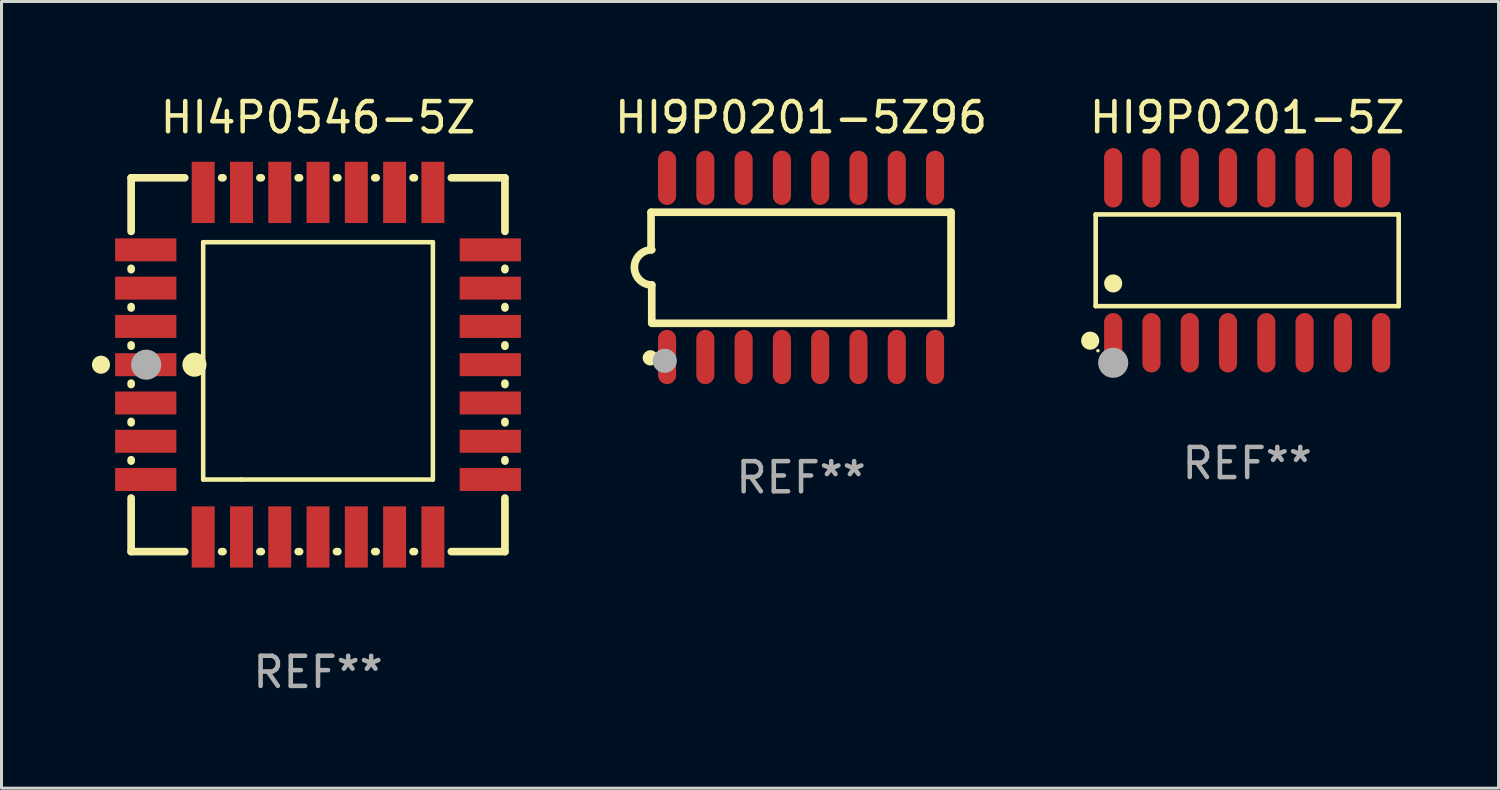
<source format=kicad_pcb>
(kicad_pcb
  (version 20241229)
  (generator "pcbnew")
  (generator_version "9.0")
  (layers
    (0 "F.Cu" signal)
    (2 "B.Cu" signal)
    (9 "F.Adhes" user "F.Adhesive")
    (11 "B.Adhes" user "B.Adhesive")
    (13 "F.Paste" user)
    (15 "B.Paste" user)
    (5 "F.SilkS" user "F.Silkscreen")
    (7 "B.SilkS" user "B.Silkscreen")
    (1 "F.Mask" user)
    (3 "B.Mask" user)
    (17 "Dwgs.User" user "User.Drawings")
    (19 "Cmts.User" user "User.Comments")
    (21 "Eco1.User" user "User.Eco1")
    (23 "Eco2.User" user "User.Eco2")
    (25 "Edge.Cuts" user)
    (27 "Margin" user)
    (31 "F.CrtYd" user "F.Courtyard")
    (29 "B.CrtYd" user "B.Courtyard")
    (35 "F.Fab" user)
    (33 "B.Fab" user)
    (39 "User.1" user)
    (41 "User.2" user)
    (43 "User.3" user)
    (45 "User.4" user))
  (footprint "HI9P0201-5Z"
    (layer "F.Cu")
    (at 38.322 5.584)
    (property "Reference" "HI9P0201-5Z" (at 0 -4.736 0) (layer "F.SilkS") (effects (font (size 1 1) (thickness 0.15))))
    (attr through_hole)
    (fp_line (start -5.026 -1.521) (end 5.026 -1.521) (stroke (width 0.152) (type solid)) (layer "F.SilkS"))
    (fp_line (start -5.026 1.521) (end -5.026 -1.521) (stroke (width 0.152) (type solid)) (layer "F.SilkS"))
    (fp_line (start 5.026 -1.521) (end 5.026 1.521) (stroke (width 0.152) (type solid)) (layer "F.SilkS"))
    (fp_line (start 5.026 1.521) (end -5.026 1.521) (stroke (width 0.152) (type solid)) (layer "F.SilkS"))
    (fp_circle (center -5.207 2.667) (end -5.057 2.667) (stroke (width 0.3) (type solid)) (fill no) (layer "F.SilkS"))
    (fp_circle (center -4.95 3) (end -4.92 3) (stroke (width 0.06) (type solid)) (fill no) (layer "F.SilkS"))
    (fp_circle (center -4.445 0.769) (end -4.295 0.769) (stroke (width 0.3) (type solid)) (fill no) (layer "F.SilkS"))
    (fp_circle (center -4.445 3.4) (end -4.195 3.4) (stroke (width 0.5) (type solid)) (fill no) (layer "F.Fab"))
    (fp_text user "REF**" (at 0 6.736 0) (layer "F.Fab") (effects (font (size 1 1) (thickness 0.15))))
    (pad "1" smd oval (at -4.445 2.736) (size 0.602 1.971) (layers "F.Cu" "F.Mask" "F.Paste"))
    (pad "2" smd oval (at -3.175 2.736) (size 0.602 1.971) (layers "F.Cu" "F.Mask" "F.Paste"))
    (pad "3" smd oval (at -1.905 2.736) (size 0.602 1.971) (layers "F.Cu" "F.Mask" "F.Paste"))
    (pad "4" smd oval (at -0.635 2.736) (size 0.602 1.971) (layers "F.Cu" "F.Mask" "F.Paste"))
    (pad "5" smd oval (at 0.635 2.736) (size 0.602 1.971) (layers "F.Cu" "F.Mask" "F.Paste"))
    (pad "6" smd oval (at 1.905 2.736) (size 0.602 1.971) (layers "F.Cu" "F.Mask" "F.Paste"))
    (pad "7" smd oval (at 3.175 2.736) (size 0.602 1.971) (layers "F.Cu" "F.Mask" "F.Paste"))
    (pad "8" smd oval (at 4.445 2.736) (size 0.602 1.971) (layers "F.Cu" "F.Mask" "F.Paste"))
    (pad "9" smd oval (at 4.445 -2.736) (size 0.602 1.971) (layers "F.Cu" "F.Mask" "F.Paste"))
    (pad "10" smd oval (at 3.175 -2.736) (size 0.602 1.971) (layers "F.Cu" "F.Mask" "F.Paste"))
    (pad "11" smd oval (at 1.905 -2.736) (size 0.602 1.971) (layers "F.Cu" "F.Mask" "F.Paste"))
    (pad "12" smd oval (at 0.635 -2.736) (size 0.602 1.971) (layers "F.Cu" "F.Mask" "F.Paste"))
    (pad "13" smd oval (at -0.635 -2.736) (size 0.602 1.971) (layers "F.Cu" "F.Mask" "F.Paste"))
    (pad "14" smd oval (at -1.905 -2.736) (size 0.602 1.971) (layers "F.Cu" "F.Mask" "F.Paste"))
    (pad "15" smd oval (at -3.175 -2.736) (size 0.602 1.971) (layers "F.Cu" "F.Mask" "F.Paste"))
    (pad "16" smd oval (at -4.445 -2.736) (size 0.602 1.971) (layers "F.Cu" "F.Mask" "F.Paste")))
  (footprint "HI4P0546-5Z"
    (layer "F.Cu")
    (at 7.5 9.048)
    (property "Reference" "HI4P0546-5Z" (at 0 -8.2 0) (layer "F.SilkS") (effects (font (size 1 1) (thickness 0.15))))
    (attr through_hole)
    (fp_line (start -6.2 -6.2) (end -4.422 -6.2) (stroke (width 0.254) (type solid)) (layer "F.SilkS"))
    (fp_line (start -6.2 -4.422) (end -6.2 -6.2) (stroke (width 0.254) (type solid)) (layer "F.SilkS"))
    (fp_line (start -6.2 -3.152) (end -6.2 -3.198) (stroke (width 0.254) (type solid)) (layer "F.SilkS"))
    (fp_line (start -6.2 -1.882) (end -6.2 -1.928) (stroke (width 0.254) (type solid)) (layer "F.SilkS"))
    (fp_line (start -6.2 -0.612) (end -6.2 -0.658) (stroke (width 0.254) (type solid)) (layer "F.SilkS"))
    (fp_line (start -6.2 0.658) (end -6.2 0.612) (stroke (width 0.254) (type solid)) (layer "F.SilkS"))
    (fp_line (start -6.2 1.928) (end -6.2 1.882) (stroke (width 0.254) (type solid)) (layer "F.SilkS"))
    (fp_line (start -6.2 3.198) (end -6.2 3.152) (stroke (width 0.254) (type solid)) (layer "F.SilkS"))
    (fp_line (start -6.2 6.2) (end -6.2 4.422) (stroke (width 0.254) (type solid)) (layer "F.SilkS"))
    (fp_line (start -4.422 6.2) (end -6.2 6.2) (stroke (width 0.254) (type solid)) (layer "F.SilkS"))
    (fp_line (start -3.81 -4.064) (end 3.81 -4.064) (stroke (width 0.15) (type solid)) (layer "F.SilkS"))
    (fp_line (start -3.81 3.81) (end -3.81 -4.064) (stroke (width 0.15) (type solid)) (layer "F.SilkS"))
    (fp_line (start -3.198 -6.2) (end -3.152 -6.2) (stroke (width 0.254) (type solid)) (layer "F.SilkS"))
    (fp_line (start -3.152 6.2) (end -3.198 6.2) (stroke (width 0.254) (type solid)) (layer "F.SilkS"))
    (fp_line (start -2.54 3.81) (end -3.81 3.81) (stroke (width 0.15) (type solid)) (layer "F.SilkS"))
    (fp_line (start -1.928 -6.2) (end -1.882 -6.2) (stroke (width 0.254) (type solid)) (layer "F.SilkS"))
    (fp_line (start -1.882 6.2) (end -1.928 6.2) (stroke (width 0.254) (type solid)) (layer "F.SilkS"))
    (fp_line (start -0.658 -6.2) (end -0.612 -6.2) (stroke (width 0.254) (type solid)) (layer "F.SilkS"))
    (fp_line (start -0.612 6.2) (end -0.658 6.2) (stroke (width 0.254) (type solid)) (layer "F.SilkS"))
    (fp_line (start 0.612 -6.2) (end 0.658 -6.2) (stroke (width 0.254) (type solid)) (layer "F.SilkS"))
    (fp_line (start 0.658 6.2) (end 0.612 6.2) (stroke (width 0.254) (type solid)) (layer "F.SilkS"))
    (fp_line (start 1.882 -6.2) (end 1.928 -6.2) (stroke (width 0.254) (type solid)) (layer "F.SilkS"))
    (fp_line (start 1.928 6.2) (end 1.882 6.2) (stroke (width 0.254) (type solid)) (layer "F.SilkS"))
    (fp_line (start 3.152 -6.2) (end 3.198 -6.2) (stroke (width 0.254) (type solid)) (layer "F.SilkS"))
    (fp_line (start 3.198 6.2) (end 3.152 6.2) (stroke (width 0.254) (type solid)) (layer "F.SilkS"))
    (fp_line (start 3.81 -4.064) (end 3.81 3.81) (stroke (width 0.15) (type solid)) (layer "F.SilkS"))
    (fp_line (start 3.81 3.81) (end -2.54 3.81) (stroke (width 0.15) (type solid)) (layer "F.SilkS"))
    (fp_line (start 4.422 -6.2) (end 6.2 -6.2) (stroke (width 0.254) (type solid)) (layer "F.SilkS"))
    (fp_line (start 6.2 -6.2) (end 6.2 -4.422) (stroke (width 0.254) (type solid)) (layer "F.SilkS"))
    (fp_line (start 6.2 -3.198) (end 6.2 -3.152) (stroke (width 0.254) (type solid)) (layer "F.SilkS"))
    (fp_line (start 6.2 -1.928) (end 6.2 -1.882) (stroke (width 0.254) (type solid)) (layer "F.SilkS"))
    (fp_line (start 6.2 -0.658) (end 6.2 -0.612) (stroke (width 0.254) (type solid)) (layer "F.SilkS"))
    (fp_line (start 6.2 0.612) (end 6.2 0.658) (stroke (width 0.254) (type solid)) (layer "F.SilkS"))
    (fp_line (start 6.2 1.882) (end 6.2 1.928) (stroke (width 0.254) (type solid)) (layer "F.SilkS"))
    (fp_line (start 6.2 3.152) (end 6.2 3.198) (stroke (width 0.254) (type solid)) (layer "F.SilkS"))
    (fp_line (start 6.2 4.422) (end 6.2 6.2) (stroke (width 0.254) (type solid)) (layer "F.SilkS"))
    (fp_line (start 6.2 6.2) (end 4.422 6.2) (stroke (width 0.254) (type solid)) (layer "F.SilkS"))
    (fp_circle (center -7.2 0) (end -7.05 0) (stroke (width 0.3) (type solid)) (fill no) (layer "F.SilkS"))
    (fp_circle (center -6.223 6.223) (end -6.193 6.223) (stroke (width 0.06) (type solid)) (fill no) (layer "F.SilkS"))
    (fp_circle (center -4.1 0) (end -3.9 0) (stroke (width 0.4) (type solid)) (fill no) (layer "F.SilkS"))
    (fp_circle (center -5.7 0) (end -5.45 0) (stroke (width 0.5) (type solid)) (fill no) (layer "F.Fab"))
    (fp_text user "REF**" (at 0 10.2 0) (layer "F.Fab") (effects (font (size 1 1) (thickness 0.15))))
    (pad "1" smd rect (at -5.715 0) (size 2.032 0.762) (layers "F.Cu" "F.Mask" "F.Paste"))
    (pad "2" smd rect (at -5.715 1.27) (size 2.032 0.762) (layers "F.Cu" "F.Mask" "F.Paste"))
    (pad "3" smd rect (at -5.715 2.54) (size 2.032 0.762) (layers "F.Cu" "F.Mask" "F.Paste"))
    (pad "4" smd rect (at -5.715 3.81) (size 2.032 0.762) (layers "F.Cu" "F.Mask" "F.Paste"))
    (pad "5" smd rect (at -3.81 5.715) (size 0.762 2.032) (layers "F.Cu" "F.Mask" "F.Paste"))
    (pad "6" smd rect (at -2.54 5.715) (size 0.762 2.032) (layers "F.Cu" "F.Mask" "F.Paste"))
    (pad "7" smd rect (at -1.27 5.715) (size 0.762 2.032) (layers "F.Cu" "F.Mask" "F.Paste"))
    (pad "8" smd rect (at 0 5.715) (size 0.762 2.032) (layers "F.Cu" "F.Mask" "F.Paste"))
    (pad "9" smd rect (at 1.27 5.715) (size 0.762 2.032) (layers "F.Cu" "F.Mask" "F.Paste"))
    (pad "10" smd rect (at 2.54 5.715) (size 0.762 2.032) (layers "F.Cu" "F.Mask" "F.Paste"))
    (pad "11" smd rect (at 3.81 5.715) (size 0.762 2.032) (layers "F.Cu" "F.Mask" "F.Paste"))
    (pad "12" smd rect (at 5.715 3.81) (size 2.032 0.762) (layers "F.Cu" "F.Mask" "F.Paste"))
    (pad "13" smd rect (at 5.715 2.54) (size 2.032 0.762) (layers "F.Cu" "F.Mask" "F.Paste"))
    (pad "14" smd rect (at 5.715 1.27) (size 2.032 0.762) (layers "F.Cu" "F.Mask" "F.Paste"))
    (pad "15" smd rect (at 5.715 0) (size 2.032 0.762) (layers "F.Cu" "F.Mask" "F.Paste"))
    (pad "16" smd rect (at 5.715 -1.27) (size 2.032 0.762) (layers "F.Cu" "F.Mask" "F.Paste"))
    (pad "17" smd rect (at 5.715 -2.54) (size 2.032 0.762) (layers "F.Cu" "F.Mask" "F.Paste"))
    (pad "18" smd rect (at 5.715 -3.81) (size 2.032 0.762) (layers "F.Cu" "F.Mask" "F.Paste"))
    (pad "19" smd rect (at 3.81 -5.715) (size 0.762 2.032) (layers "F.Cu" "F.Mask" "F.Paste"))
    (pad "20" smd rect (at 2.54 -5.715) (size 0.762 2.032) (layers "F.Cu" "F.Mask" "F.Paste"))
    (pad "21" smd rect (at 1.27 -5.715) (size 0.762 2.032) (layers "F.Cu" "F.Mask" "F.Paste"))
    (pad "22" smd rect (at 0 -5.715) (size 0.762 2.032) (layers "F.Cu" "F.Mask" "F.Paste"))
    (pad "23" smd rect (at -1.27 -5.715) (size 0.762 2.032) (layers "F.Cu" "F.Mask" "F.Paste"))
    (pad "24" smd rect (at -2.54 -5.715) (size 0.762 2.032) (layers "F.Cu" "F.Mask" "F.Paste"))
    (pad "25" smd rect (at -3.81 -5.715) (size 0.762 2.032) (layers "F.Cu" "F.Mask" "F.Paste"))
    (pad "26" smd rect (at -5.715 -3.81) (size 2.032 0.762) (layers "F.Cu" "F.Mask" "F.Paste"))
    (pad "27" smd rect (at -5.715 -2.54) (size 2.032 0.762) (layers "F.Cu" "F.Mask" "F.Paste"))
    (pad "28" smd rect (at -5.715 -1.27) (size 2.032 0.762) (layers "F.Cu" "F.Mask" "F.Paste")))
  (footprint "HI9P0201-5Z96"
    (layer "F.Cu")
    (at 23.523 5.82)
    (property "Reference" "HI9P0201-5Z96" (at 0 -4.972 0) (layer "F.SilkS") (effects (font (size 1 1) (thickness 0.15))))
    (attr through_hole)
    (fp_line (start -4.976 -1.829) (end -4.976 -0.584) (stroke (width 0.254) (type solid)) (layer "F.SilkS"))
    (fp_line (start -4.953 0.584) (end -4.953 1.854) (stroke (width 0.254) (type solid)) (layer "F.SilkS"))
    (fp_line (start -4.928 1.854) (end 4.976 1.854) (stroke (width 0.254) (type solid)) (layer "F.SilkS"))
    (fp_line (start 4.976 -1.829) (end -4.976 -1.829) (stroke (width 0.254) (type solid)) (layer "F.SilkS"))
    (fp_line (start 4.976 1.854) (end 4.976 -1.829) (stroke (width 0.254) (type solid)) (layer "F.SilkS"))
    (fp_arc (start -4.95301 0.584201) (mid -5.533866 -0.00152) (end -4.950088 -0.584329) (stroke (width 0.254001) (type solid)) (layer "F.SilkS"))
    (fp_circle (center -5 3) (end -4.873 3) (stroke (width 0.254) (type solid)) (fill no) (layer "F.SilkS"))
    (fp_circle (center -4.521 3.099) (end -4.321 3.099) (stroke (width 0.4) (type solid)) (fill no) (layer "F.Fab"))
    (fp_text user "REF**" (at 0 6.972 0) (layer "F.Fab") (effects (font (size 1 1) (thickness 0.15))))
    (pad "1" smd oval (at -4.445 2.972 180) (size 0.6 1.8) (layers "F.Cu" "F.Mask" "F.Paste"))
    (pad "2" smd oval (at -3.175 2.972 180) (size 0.6 1.8) (layers "F.Cu" "F.Mask" "F.Paste"))
    (pad "3" smd oval (at -1.905 2.972 180) (size 0.6 1.8) (layers "F.Cu" "F.Mask" "F.Paste"))
    (pad "4" smd oval (at -0.635 2.972 180) (size 0.6 1.8) (layers "F.Cu" "F.Mask" "F.Paste"))
    (pad "5" smd oval (at 0.635 2.972 180) (size 0.6 1.8) (layers "F.Cu" "F.Mask" "F.Paste"))
    (pad "6" smd oval (at 1.905 2.972 180) (size 0.6 1.8) (layers "F.Cu" "F.Mask" "F.Paste"))
    (pad "7" smd oval (at 3.175 2.972 180) (size 0.6 1.8) (layers "F.Cu" "F.Mask" "F.Paste"))
    (pad "8" smd oval (at 4.445 2.972 180) (size 0.6 1.8) (layers "F.Cu" "F.Mask" "F.Paste"))
    (pad "9" smd oval (at 4.445 -2.972 180) (size 0.6 1.8) (layers "F.Cu" "F.Mask" "F.Paste"))
    (pad "10" smd oval (at 3.175 -2.972 180) (size 0.6 1.8) (layers "F.Cu" "F.Mask" "F.Paste"))
    (pad "11" smd oval (at 1.905 -2.972 180) (size 0.6 1.8) (layers "F.Cu" "F.Mask" "F.Paste"))
    (pad "12" smd oval (at 0.635 -2.972 180) (size 0.6 1.8) (layers "F.Cu" "F.Mask" "F.Paste"))
    (pad "13" smd oval (at -0.635 -2.972 180) (size 0.6 1.8) (layers "F.Cu" "F.Mask" "F.Paste"))
    (pad "14" smd oval (at -1.905 -2.972 180) (size 0.6 1.8) (layers "F.Cu" "F.Mask" "F.Paste"))
    (pad "15" smd oval (at -3.175 -2.972 180) (size 0.6 1.8) (layers "F.Cu" "F.Mask" "F.Paste"))
    (pad "16" smd oval (at -4.445 -2.972 180) (size 0.6 1.8) (layers "F.Cu" "F.Mask" "F.Paste")))
  (gr_rect
    (start -3 -3)
    (end 46.661 23.096)
    (stroke (width 0.1) (type default))
    (fill no)
    (layer "Edge.Cuts")))
</source>
